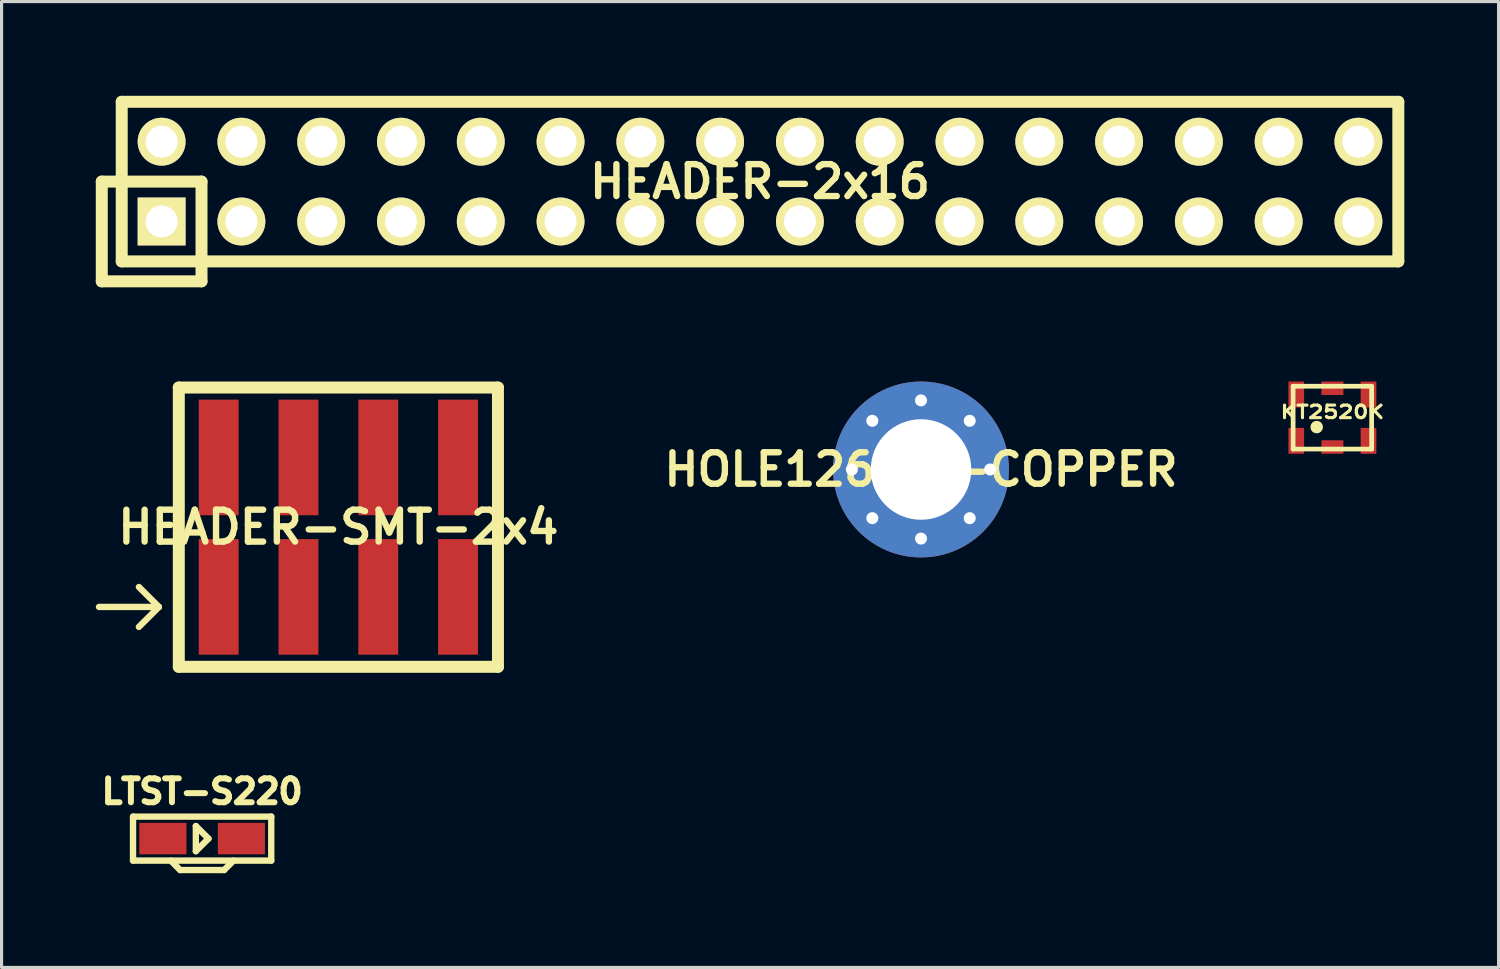
<source format=kicad_pcb>
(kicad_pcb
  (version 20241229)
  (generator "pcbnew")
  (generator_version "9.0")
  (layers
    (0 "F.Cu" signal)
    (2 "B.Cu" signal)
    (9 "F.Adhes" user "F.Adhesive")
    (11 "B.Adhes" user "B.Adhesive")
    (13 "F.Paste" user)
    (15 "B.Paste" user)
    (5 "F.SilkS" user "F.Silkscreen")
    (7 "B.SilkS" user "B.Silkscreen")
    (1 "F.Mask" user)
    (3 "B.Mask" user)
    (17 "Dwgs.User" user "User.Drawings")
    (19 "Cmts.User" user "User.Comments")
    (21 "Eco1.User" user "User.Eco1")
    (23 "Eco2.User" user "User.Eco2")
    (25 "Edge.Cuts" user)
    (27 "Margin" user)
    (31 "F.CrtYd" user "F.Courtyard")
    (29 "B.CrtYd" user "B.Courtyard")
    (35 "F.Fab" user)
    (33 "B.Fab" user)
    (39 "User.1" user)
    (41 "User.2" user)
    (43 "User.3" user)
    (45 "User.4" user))
  (footprint "HEADER-2x16"
    (layer "F.Cu")
    (at 21.145 2.731)
    (property "Reference" "HEADER-2x16" (at 0 0 0) (layer "F.SilkS") (effects (font (size 1.016 1.016) (thickness 0.203))))
    (attr through_hole)
    (fp_line (start -20.955 0) (end -20.955 3.175) (stroke (width 0.381) (type solid)) (layer "F.SilkS"))
    (fp_line (start -20.955 3.175) (end -17.78 3.175) (stroke (width 0.381) (type solid)) (layer "F.SilkS"))
    (fp_line (start -20.32 -2.54) (end 20.32 -2.54) (stroke (width 0.381) (type solid)) (layer "F.SilkS"))
    (fp_line (start -20.32 2.54) (end -20.32 -2.54) (stroke (width 0.381) (type solid)) (layer "F.SilkS"))
    (fp_line (start -17.78 0) (end -20.955 0) (stroke (width 0.381) (type solid)) (layer "F.SilkS"))
    (fp_line (start -17.78 3.175) (end -17.78 0) (stroke (width 0.381) (type solid)) (layer "F.SilkS"))
    (fp_line (start 20.32 -2.54) (end 20.32 2.54) (stroke (width 0.381) (type solid)) (layer "F.SilkS"))
    (fp_line (start 20.32 2.54) (end -20.32 2.54) (stroke (width 0.381) (type solid)) (layer "F.SilkS"))
    (pad "1" thru_hole rect (at -19.05 1.27) (size 1.524 1.524) (drill 1.016) (layers "*.Cu" "*.Mask" "F.SilkS"))
    (pad "2" thru_hole circle (at -19.05 -1.27) (size 1.524 1.524) (drill 1.016) (layers "*.Cu" "*.Mask" "F.SilkS"))
    (pad "3" thru_hole circle (at -16.51 1.27) (size 1.524 1.524) (drill 1.016) (layers "*.Cu" "*.Mask" "F.SilkS"))
    (pad "4" thru_hole circle (at -16.51 -1.27) (size 1.524 1.524) (drill 1.016) (layers "*.Cu" "*.Mask" "F.SilkS"))
    (pad "5" thru_hole circle (at -13.97 1.27) (size 1.524 1.524) (drill 1.016) (layers "*.Cu" "*.Mask" "F.SilkS"))
    (pad "6" thru_hole circle (at -13.97 -1.27) (size 1.524 1.524) (drill 1.016) (layers "*.Cu" "*.Mask" "F.SilkS"))
    (pad "7" thru_hole circle (at -11.43 1.27) (size 1.524 1.524) (drill 1.016) (layers "*.Cu" "*.Mask" "F.SilkS"))
    (pad "8" thru_hole circle (at -11.43 -1.27) (size 1.524 1.524) (drill 1.016) (layers "*.Cu" "*.Mask" "F.SilkS"))
    (pad "9" thru_hole circle (at -8.89 1.27) (size 1.524 1.524) (drill 1.016) (layers "*.Cu" "*.Mask" "F.SilkS"))
    (pad "10" thru_hole circle (at -8.89 -1.27) (size 1.524 1.524) (drill 1.016) (layers "*.Cu" "*.Mask" "F.SilkS"))
    (pad "11" thru_hole circle (at -6.35 1.27) (size 1.524 1.524) (drill 1.016) (layers "*.Cu" "*.Mask" "F.SilkS"))
    (pad "12" thru_hole circle (at -6.35 -1.27) (size 1.524 1.524) (drill 1.016) (layers "*.Cu" "*.Mask" "F.SilkS"))
    (pad "13" thru_hole circle (at -3.81 1.27) (size 1.524 1.524) (drill 1.016) (layers "*.Cu" "*.Mask" "F.SilkS"))
    (pad "14" thru_hole circle (at -3.81 -1.27) (size 1.524 1.524) (drill 1.016) (layers "*.Cu" "*.Mask" "F.SilkS"))
    (pad "15" thru_hole circle (at -1.27 1.27) (size 1.524 1.524) (drill 1.016) (layers "*.Cu" "*.Mask" "F.SilkS"))
    (pad "16" thru_hole circle (at -1.27 -1.27) (size 1.524 1.524) (drill 1.016) (layers "*.Cu" "*.Mask" "F.SilkS"))
    (pad "17" thru_hole circle (at 1.27 1.27) (size 1.524 1.524) (drill 1.016) (layers "*.Cu" "*.Mask" "F.SilkS"))
    (pad "18" thru_hole circle (at 1.27 -1.27) (size 1.524 1.524) (drill 1.016) (layers "*.Cu" "*.Mask" "F.SilkS"))
    (pad "19" thru_hole circle (at 3.81 1.27) (size 1.524 1.524) (drill 1.016) (layers "*.Cu" "*.Mask" "F.SilkS"))
    (pad "20" thru_hole circle (at 3.81 -1.27) (size 1.524 1.524) (drill 1.016) (layers "*.Cu" "*.Mask" "F.SilkS"))
    (pad "21" thru_hole circle (at 6.35 1.27) (size 1.524 1.524) (drill 1.016) (layers "*.Cu" "*.Mask" "F.SilkS"))
    (pad "22" thru_hole circle (at 6.35 -1.27) (size 1.524 1.524) (drill 1.016) (layers "*.Cu" "*.Mask" "F.SilkS"))
    (pad "23" thru_hole circle (at 8.89 1.27) (size 1.524 1.524) (drill 1.016) (layers "*.Cu" "*.Mask" "F.SilkS"))
    (pad "24" thru_hole circle (at 8.89 -1.27) (size 1.524 1.524) (drill 1.016) (layers "*.Cu" "*.Mask" "F.SilkS"))
    (pad "25" thru_hole circle (at 11.43 1.27) (size 1.524 1.524) (drill 1.016) (layers "*.Cu" "*.Mask" "F.SilkS"))
    (pad "26" thru_hole circle (at 11.43 -1.27) (size 1.524 1.524) (drill 1.016) (layers "*.Cu" "*.Mask" "F.SilkS"))
    (pad "27" thru_hole circle (at 13.97 1.27) (size 1.524 1.524) (drill 1.016) (layers "*.Cu" "*.Mask" "F.SilkS"))
    (pad "28" thru_hole circle (at 13.97 -1.27) (size 1.524 1.524) (drill 1.016) (layers "*.Cu" "*.Mask" "F.SilkS"))
    (pad "29" thru_hole circle (at 16.51 1.27) (size 1.524 1.524) (drill 1.016) (layers "*.Cu" "*.Mask" "F.SilkS"))
    (pad "30" thru_hole circle (at 16.51 -1.27) (size 1.524 1.524) (drill 1.016) (layers "*.Cu" "*.Mask" "F.SilkS"))
    (pad "31" thru_hole circle (at 19.05 1.27) (size 1.524 1.524) (drill 1.016) (layers "*.Cu" "*.Mask" "F.SilkS"))
    (pad "32" thru_hole circle (at 19.05 -1.27) (size 1.524 1.524) (drill 1.016) (layers "*.Cu" "*.Mask" "F.SilkS")))
  (footprint "HEADER-SMT-2x4"
    (layer "F.Cu")
    (at 7.722 13.732)
    (property "Reference" "HEADER-SMT-2x4" (at 0 0 0) (layer "F.SilkS") (effects (font (size 1.016 1.016) (thickness 0.203))))
    (attr through_hole)
    (fp_line (start -5.715 2.54) (end -7.62 2.54) (stroke (width 0.203) (type solid)) (layer "F.SilkS"))
    (fp_line (start -5.715 2.54) (end -6.35 1.905) (stroke (width 0.203) (type solid)) (layer "F.SilkS"))
    (fp_line (start -5.715 2.54) (end -6.35 3.175) (stroke (width 0.203) (type solid)) (layer "F.SilkS"))
    (fp_line (start -5.08 -4.445) (end -5.08 4.445) (stroke (width 0.381) (type solid)) (layer "F.SilkS"))
    (fp_line (start -5.08 4.445) (end 5.08 4.445) (stroke (width 0.381) (type solid)) (layer "F.SilkS"))
    (fp_line (start 5.08 -4.445) (end -5.08 -4.445) (stroke (width 0.381) (type solid)) (layer "F.SilkS"))
    (fp_line (start 5.08 4.445) (end 5.08 -4.445) (stroke (width 0.381) (type solid)) (layer "F.SilkS"))
    (pad "1" smd rect (at -3.81 2.22) (size 1.27 3.68) (layers "F.Cu" "F.Mask" "F.Paste"))
    (pad "2" smd rect (at -3.81 -2.22) (size 1.27 3.68) (layers "F.Cu" "F.Mask" "F.Paste"))
    (pad "3" smd rect (at -1.27 2.22) (size 1.27 3.68) (layers "F.Cu" "F.Mask" "F.Paste"))
    (pad "4" smd rect (at -1.27 -2.22) (size 1.27 3.68) (layers "F.Cu" "F.Mask" "F.Paste"))
    (pad "5" smd rect (at 1.27 2.22) (size 1.27 3.68) (layers "F.Cu" "F.Mask" "F.Paste"))
    (pad "6" smd rect (at 1.27 -2.22) (size 1.27 3.68) (layers "F.Cu" "F.Mask" "F.Paste"))
    (pad "7" smd rect (at 3.81 2.22) (size 1.27 3.68) (layers "F.Cu" "F.Mask" "F.Paste"))
    (pad "8" smd rect (at 3.81 -2.22) (size 1.27 3.68) (layers "F.Cu" "F.Mask" "F.Paste")))
  (footprint "LTST-S220"
    (layer "F.Cu")
    (at 3.385 23.647)
    (property "Reference" "LTST-S220" (at 0 -1.5 0) (layer "F.SilkS") (effects (font (size 0.762 0.762) (thickness 0.191))))
    (attr through_hole)
    (fp_line (start -2.2 -0.7) (end -2.2 0.7) (stroke (width 0.203) (type solid)) (layer "F.SilkS"))
    (fp_line (start -2.2 0.7) (end 2.2 0.7) (stroke (width 0.203) (type solid)) (layer "F.SilkS"))
    (fp_line (start -0.7 1) (end -1 0.7) (stroke (width 0.203) (type solid)) (layer "F.SilkS"))
    (fp_line (start -0.7 1) (end 0.7 1) (stroke (width 0.203) (type solid)) (layer "F.SilkS"))
    (fp_line (start -0.2 -0.4) (end -0.2 0.4) (stroke (width 0.203) (type solid)) (layer "F.SilkS"))
    (fp_line (start -0.2 0.4) (end 0.2 0) (stroke (width 0.203) (type solid)) (layer "F.SilkS"))
    (fp_line (start 0.2 0) (end -0.2 -0.4) (stroke (width 0.203) (type solid)) (layer "F.SilkS"))
    (fp_line (start 0.7 1) (end 1 0.7) (stroke (width 0.203) (type solid)) (layer "F.SilkS"))
    (fp_line (start 2.2 -0.7) (end -2.2 -0.7) (stroke (width 0.203) (type solid)) (layer "F.SilkS"))
    (fp_line (start 2.2 0.7) (end 2.2 -0.7) (stroke (width 0.203) (type solid)) (layer "F.SilkS"))
    (pad "1" smd rect (at 1.25 0) (size 1.5 1) (layers "F.Cu" "F.Mask" "F.Paste"))
    (pad "2" smd rect (at -1.25 0) (size 1.5 1) (layers "F.Cu" "F.Mask" "F.Paste")))
  (footprint "HOLE126MIL-COPPER"
    (layer "F.Cu")
    (at 26.27 11.896)
    (property "Reference" "HOLE126MIL-COPPER" (at 0 0 0) (layer "F.SilkS") (effects (font (size 1.001 1.001) (thickness 0.203))))
    (attr through_hole)
    (pad "1" thru_hole circle (at -2.2 0) (size 0.6 0.6) (drill 0.381) (layers "*.Cu" "*.Mask"))
    (pad "1" thru_hole circle (at -1.55 -1.55) (size 0.6 0.6) (drill 0.381) (layers "*.Cu" "*.Mask"))
    (pad "1" thru_hole circle (at -1.55 1.55) (size 0.6 0.6) (drill 0.381) (layers "*.Cu" "*.Mask"))
    (pad "1" thru_hole circle (at 0 -2.2) (size 0.6 0.6) (drill 0.381) (layers "*.Cu" "*.Mask"))
    (pad "1" thru_hole circle (at 0 0) (size 5.6 5.6) (drill 3.2) (layers "*.Cu" "*.Mask"))
    (pad "1" thru_hole circle (at 0 2.2) (size 0.6 0.6) (drill 0.381) (layers "*.Cu" "*.Mask"))
    (pad "1" thru_hole circle (at 1.55 -1.55) (size 0.6 0.6) (drill 0.381) (layers "*.Cu" "*.Mask"))
    (pad "1" thru_hole circle (at 1.55 1.55) (size 0.6 0.6) (drill 0.381) (layers "*.Cu" "*.Mask"))
    (pad "1" thru_hole circle (at 2.2 0) (size 0.6 0.6) (drill 0.381) (layers "*.Cu" "*.Mask")))
  (footprint "KT2520K"
    (layer "F.Cu")
    (at 39.366 10.246)
    (property "Reference" "KT2520K" (at 0 -0.18 0) (layer "F.SilkS") (effects (font (size 0.4 0.5) (thickness 0.1))))
    (attr through_hole)
    (fp_line (start -1.25 -1) (end 1.25 -1) (stroke (width 0.15) (type solid)) (layer "F.SilkS"))
    (fp_line (start -1.25 1) (end -1.25 -1) (stroke (width 0.15) (type solid)) (layer "F.SilkS"))
    (fp_line (start 1.25 -1) (end 1.25 1) (stroke (width 0.15) (type solid)) (layer "F.SilkS"))
    (fp_line (start 1.25 1) (end -1.25 1) (stroke (width 0.15) (type solid)) (layer "F.SilkS"))
    (fp_circle (center -0.5 0.3) (end -0.4 0.3) (stroke (width 0.2) (type solid)) (fill no) (layer "F.SilkS"))
    (pad "1" smd rect (at -1.15 0.738) (size 0.5 0.825) (layers "F.Cu" "F.Mask" "F.Paste"))
    (pad "2" smd rect (at 0 0.935) (size 0.7 0.43) (layers "F.Cu" "F.Mask" "F.Paste"))
    (pad "3" smd rect (at 1.15 0.738) (size 0.5 0.825) (layers "F.Cu" "F.Mask" "F.Paste"))
    (pad "4" smd rect (at 1.15 -0.738) (size 0.5 0.825) (layers "F.Cu" "F.Mask" "F.Paste"))
    (pad "5" smd rect (at 0 -0.935) (size 0.7 0.43) (layers "F.Cu" "F.Mask" "F.Paste"))
    (pad "6" smd rect (at -1.15 -0.738) (size 0.5 0.825) (layers "F.Cu" "F.Mask" "F.Paste")))
  (gr_rect
    (start -3 -3)
    (end 44.656 27.749)
    (stroke (width 0.1) (type default))
    (fill no)
    (layer "Edge.Cuts")))
</source>
